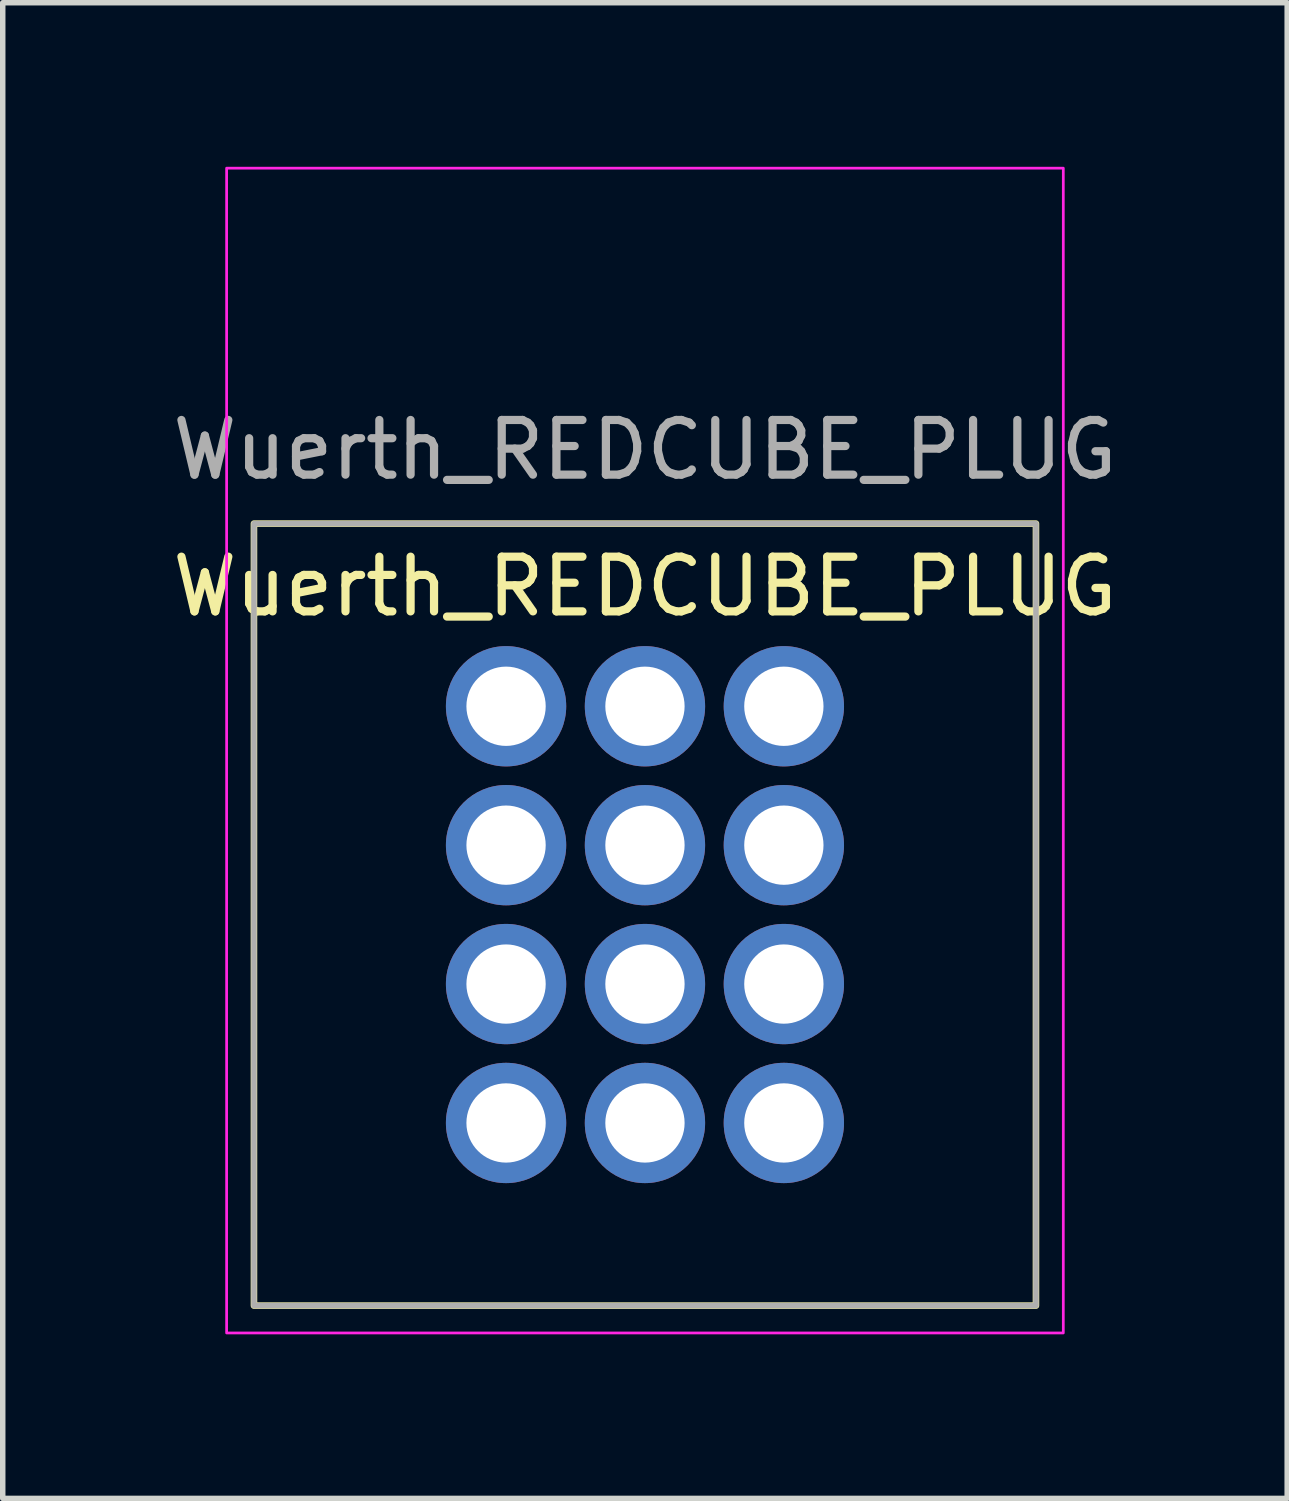
<source format=kicad_pcb>
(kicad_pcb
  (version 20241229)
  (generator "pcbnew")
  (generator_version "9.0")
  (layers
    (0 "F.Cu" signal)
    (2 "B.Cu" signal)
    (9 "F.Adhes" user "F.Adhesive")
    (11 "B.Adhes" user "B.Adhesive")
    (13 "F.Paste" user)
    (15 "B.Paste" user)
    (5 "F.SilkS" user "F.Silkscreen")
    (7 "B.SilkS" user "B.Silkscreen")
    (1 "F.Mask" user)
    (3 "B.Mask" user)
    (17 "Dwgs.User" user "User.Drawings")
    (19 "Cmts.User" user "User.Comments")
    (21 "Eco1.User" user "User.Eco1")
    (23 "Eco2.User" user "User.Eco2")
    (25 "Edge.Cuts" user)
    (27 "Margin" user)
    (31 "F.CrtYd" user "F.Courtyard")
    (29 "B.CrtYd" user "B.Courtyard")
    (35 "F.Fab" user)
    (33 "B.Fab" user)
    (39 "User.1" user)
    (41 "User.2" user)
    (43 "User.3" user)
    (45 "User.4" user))
  (footprint "Wuerth_REDCUBE_PLUG"
    (layer "F.Cu")
    (at 6.204 9.865)
    (property "Reference" "Wuerth_REDCUBE_PLUG" (at 2.54 -2.19 0) (unlocked yes) (layer "F.SilkS") (effects (font (size 1 1) (thickness 0.15))))
    (attr through_hole exclude_from_pos_files)
    (fp_rect (start -4.61 10.96) (end 9.69 -3.34) (stroke (width 0.12) (type solid)) (fill no) (layer "F.SilkS"))
    (fp_rect (start -5.11 11.46) (end 10.19 -9.84) (stroke (width 0.05) (type solid)) (fill no) (layer "F.CrtYd"))
    (fp_rect (start -4.61 10.96) (end 9.69 -3.34) (stroke (width 0.1) (type solid)) (fill no) (layer "F.Fab"))
    (fp_text user "${REFERENCE}" (at 2.54 -4.69 0) (unlocked yes) (layer "F.Fab") (effects (font (size 1 1) (thickness 0.15))))
    (pad "1" thru_hole circle (at 0 0 2.2) (size 2.2 2.2) (drill 1.45) (layers "*.Cu" "*.Mask"))
    (pad "1" thru_hole circle (at 0 2.54 2.2) (size 2.2 2.2) (drill 1.45) (layers "*.Cu" "*.Mask"))
    (pad "1" thru_hole circle (at 0 5.08 2.2) (size 2.2 2.2) (drill 1.45) (layers "*.Cu" "*.Mask"))
    (pad "1" thru_hole circle (at 0 7.62 2.2) (size 2.2 2.2) (drill 1.45) (layers "*.Cu" "*.Mask"))
    (pad "1" thru_hole circle (at 2.54 0 2.2) (size 2.2 2.2) (drill 1.45) (layers "*.Cu" "*.Mask"))
    (pad "1" thru_hole circle (at 2.54 2.54 2.2) (size 2.2 2.2) (drill 1.45) (layers "*.Cu" "*.Mask"))
    (pad "1" thru_hole circle (at 2.54 5.08 2.2) (size 2.2 2.2) (drill 1.45) (layers "*.Cu" "*.Mask"))
    (pad "1" thru_hole circle (at 2.54 7.62 2.2) (size 2.2 2.2) (drill 1.45) (layers "*.Cu" "*.Mask"))
    (pad "1" thru_hole circle (at 5.08 0 2.2) (size 2.2 2.2) (drill 1.45) (layers "*.Cu" "*.Mask"))
    (pad "1" thru_hole circle (at 5.08 2.54 2.2) (size 2.2 2.2) (drill 1.45) (layers "*.Cu" "*.Mask"))
    (pad "1" thru_hole circle (at 5.08 5.08 2.2) (size 2.2 2.2) (drill 1.45) (layers "*.Cu" "*.Mask"))
    (pad "1" thru_hole circle (at 5.08 7.62 2.2) (size 2.2 2.2) (drill 1.45) (layers "*.Cu" "*.Mask")))
  (gr_rect
    (start -3 -3)
    (end 20.488 24.35)
    (stroke (width 0.1) (type default))
    (fill no)
    (layer "Edge.Cuts")))
</source>
